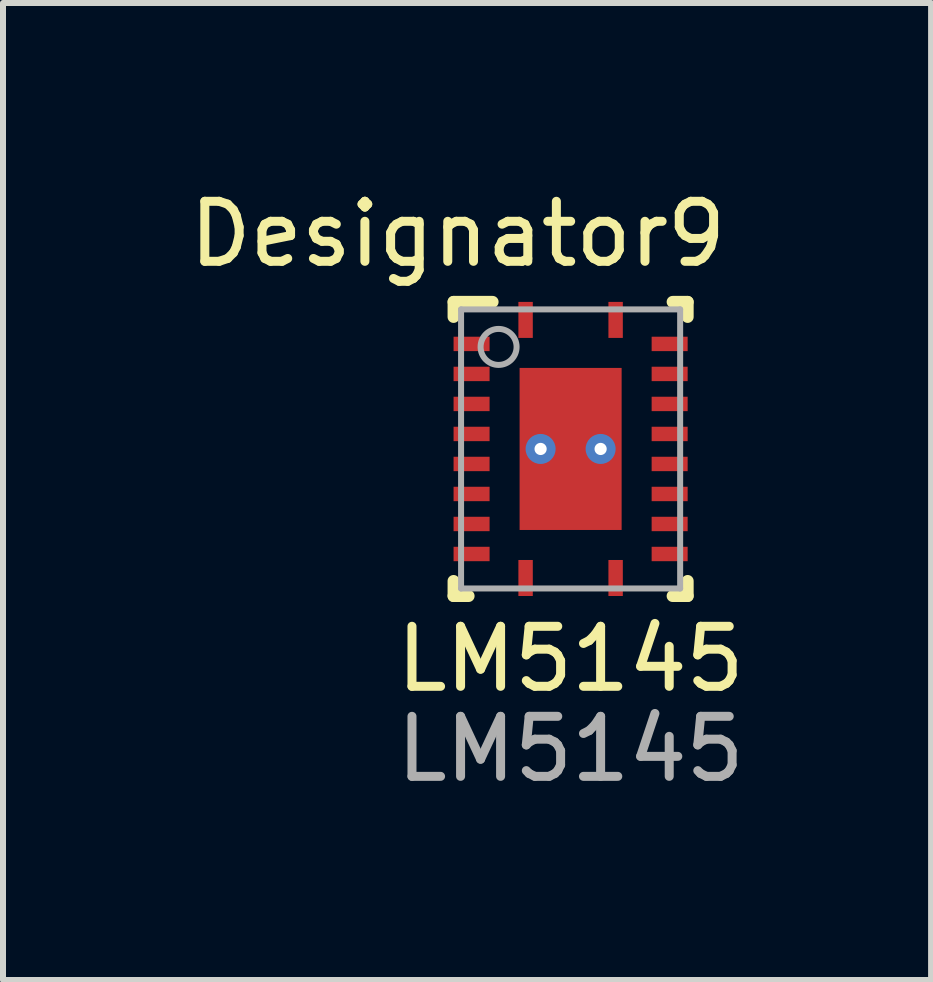
<source format=kicad_pcb>
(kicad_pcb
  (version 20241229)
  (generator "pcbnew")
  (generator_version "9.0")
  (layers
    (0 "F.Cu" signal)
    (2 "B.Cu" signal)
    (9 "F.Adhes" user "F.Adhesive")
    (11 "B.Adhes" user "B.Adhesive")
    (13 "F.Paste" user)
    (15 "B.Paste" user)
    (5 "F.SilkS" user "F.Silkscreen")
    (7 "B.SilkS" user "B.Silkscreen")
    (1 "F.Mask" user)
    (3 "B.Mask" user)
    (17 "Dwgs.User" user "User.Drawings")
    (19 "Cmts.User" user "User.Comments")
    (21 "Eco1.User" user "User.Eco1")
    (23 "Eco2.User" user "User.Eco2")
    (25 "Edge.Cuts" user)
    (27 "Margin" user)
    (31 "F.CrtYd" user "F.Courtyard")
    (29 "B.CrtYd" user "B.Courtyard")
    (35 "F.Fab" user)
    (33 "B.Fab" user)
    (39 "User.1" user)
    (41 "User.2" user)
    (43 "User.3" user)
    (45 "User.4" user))
  (footprint "LM5145"
    (layer "F.Cu")
    (at 6.457 4.43)
    (property "Reference" "LM5145" (at 0 3.5 0) (unlocked yes) (layer "F.SilkS") (effects (font (size 1 1) (thickness 0.15))))
    (attr smd)
    (fp_line (start -1.95 -2.45) (end -1.3 -2.45) (stroke (width 0.2) (type solid)) (layer "F.SilkS"))
    (fp_line (start -1.95 -2.2) (end -1.95 -2.45) (stroke (width 0.2) (type solid)) (layer "F.SilkS"))
    (fp_line (start -1.95 2.45) (end -1.95 2.2) (stroke (width 0.2) (type solid)) (layer "F.SilkS"))
    (fp_line (start -1.95 2.45) (end -1.7 2.45) (stroke (width 0.2) (type solid)) (layer "F.SilkS"))
    (fp_line (start 1.7 -2.45) (end 1.95 -2.45) (stroke (width 0.2) (type solid)) (layer "F.SilkS"))
    (fp_line (start 1.7 2.45) (end 1.95 2.45) (stroke (width 0.2) (type solid)) (layer "F.SilkS"))
    (fp_line (start 1.95 -2.2) (end 1.95 -2.45) (stroke (width 0.2) (type solid)) (layer "F.SilkS"))
    (fp_line (start 1.95 2.45) (end 1.95 2.2) (stroke (width 0.2) (type solid)) (layer "F.SilkS"))
    (fp_poly (pts (xy 0.774 -1.288) (xy -0.774 -1.288) (xy -0.774 -0.1) (xy 0.774 -0.1)) (stroke (width 0) (type solid)) (fill yes) (layer "F.Paste"))
    (fp_poly (pts (xy 0.774 0.1) (xy -0.774 0.1) (xy -0.774 1.288) (xy 0.774 1.288)) (stroke (width 0) (type solid)) (fill yes) (layer "F.Paste"))
    (fp_line (start -1.825 -2.325) (end 1.825 -2.325) (stroke (width 0.1) (type solid)) (layer "F.Fab"))
    (fp_line (start -1.825 2.325) (end -1.825 -2.325) (stroke (width 0.1) (type solid)) (layer "F.Fab"))
    (fp_line (start -1.825 2.325) (end 1.825 2.325) (stroke (width 0.1) (type solid)) (layer "F.Fab"))
    (fp_line (start 1.825 2.325) (end 1.825 -2.325) (stroke (width 0.1) (type solid)) (layer "F.Fab"))
    (fp_circle (center -1.2 -1.7) (end -0.9 -1.7) (stroke (width 0.1) (type solid)) (fill no) (layer "F.Fab"))
    (fp_text user "Designator9" (at -1.88 -3.581 0) (unlocked yes) (layer "F.SilkS") (effects (font (size 1 1) (thickness 0.15))))
    (fp_text user "${REFERENCE}" (at 0 5 0) (unlocked yes) (layer "F.Fab") (effects (font (size 1 1) (thickness 0.15))))
    (pad "1" smd rect (at -0.75 -2.15) (size 0.24 0.6) (layers "F.Cu" "F.Mask" "F.Paste"))
    (pad "2" smd rect (at -1.65 -1.75 90) (size 0.24 0.6) (layers "F.Cu" "F.Mask" "F.Paste"))
    (pad "3" smd rect (at -1.65 -1.25 90) (size 0.24 0.6) (layers "F.Cu" "F.Mask" "F.Paste"))
    (pad "4" smd rect (at -1.65 -0.75 90) (size 0.24 0.6) (layers "F.Cu" "F.Mask" "F.Paste"))
    (pad "5" smd rect (at -1.65 -0.25 90) (size 0.24 0.6) (layers "F.Cu" "F.Mask" "F.Paste"))
    (pad "6" smd rect (at -1.65 0.25 90) (size 0.24 0.6) (layers "F.Cu" "F.Mask" "F.Paste"))
    (pad "7" smd rect (at -1.65 0.75 90) (size 0.24 0.6) (layers "F.Cu" "F.Mask" "F.Paste"))
    (pad "8" smd rect (at -1.65 1.25 90) (size 0.24 0.6) (layers "F.Cu" "F.Mask" "F.Paste"))
    (pad "9" smd rect (at -1.65 1.75 90) (size 0.24 0.6) (layers "F.Cu" "F.Mask" "F.Paste"))
    (pad "10" smd rect (at -0.75 2.15) (size 0.24 0.6) (layers "F.Cu" "F.Mask" "F.Paste"))
    (pad "11" smd rect (at 0.75 2.15) (size 0.24 0.6) (layers "F.Cu" "F.Mask" "F.Paste"))
    (pad "12" smd rect (at 1.65 1.75 90) (size 0.24 0.6) (layers "F.Cu" "F.Mask" "F.Paste"))
    (pad "13" smd rect (at 1.65 1.25 90) (size 0.24 0.6) (layers "F.Cu" "F.Mask" "F.Paste"))
    (pad "14" smd rect (at 1.65 0.75 90) (size 0.24 0.6) (layers "F.Cu" "F.Mask" "F.Paste"))
    (pad "15" smd rect (at 1.65 0.25 90) (size 0.24 0.6) (layers "F.Cu" "F.Mask" "F.Paste"))
    (pad "16" smd rect (at 1.65 -0.25 90) (size 0.24 0.6) (layers "F.Cu" "F.Mask" "F.Paste"))
    (pad "17" smd rect (at 1.65 -0.75 90) (size 0.24 0.6) (layers "F.Cu" "F.Mask" "F.Paste"))
    (pad "18" smd rect (at 1.65 -1.25 90) (size 0.24 0.6) (layers "F.Cu" "F.Mask" "F.Paste"))
    (pad "19" smd rect (at 1.65 -1.75 90) (size 0.24 0.6) (layers "F.Cu" "F.Mask" "F.Paste"))
    (pad "20" smd rect (at 0.75 -2.15) (size 0.24 0.6) (layers "F.Cu" "F.Mask" "F.Paste"))
    (pad "21" smd rect (at 0 0) (size 1.7 2.7) (layers "F.Cu" "F.Mask"))
    (pad "V" thru_hole circle (at -0.5 0) (size 0.5 0.5) (drill 0.203) (layers "*.Cu" "*.Mask"))
    (pad "V" thru_hole circle (at 0.5 0) (size 0.5 0.5) (drill 0.203) (layers "*.Cu" "*.Mask")))
  (gr_rect
    (start -3 -3)
    (end 12.463 13.278)
    (stroke (width 0.1) (type default))
    (fill no)
    (layer "Edge.Cuts")))
</source>
